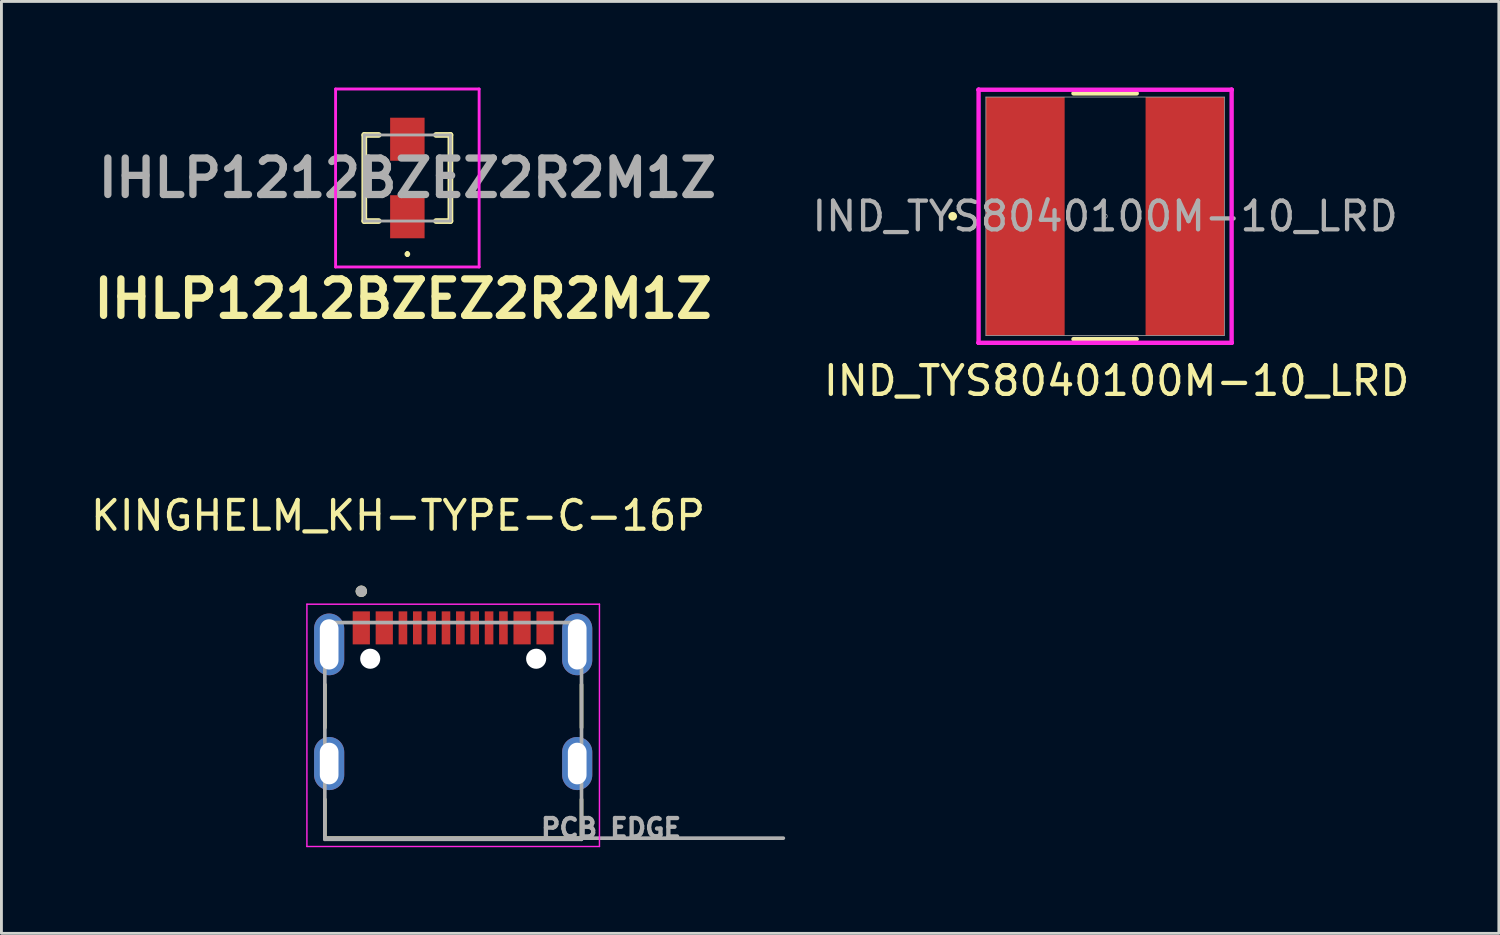
<source format=kicad_pcb>
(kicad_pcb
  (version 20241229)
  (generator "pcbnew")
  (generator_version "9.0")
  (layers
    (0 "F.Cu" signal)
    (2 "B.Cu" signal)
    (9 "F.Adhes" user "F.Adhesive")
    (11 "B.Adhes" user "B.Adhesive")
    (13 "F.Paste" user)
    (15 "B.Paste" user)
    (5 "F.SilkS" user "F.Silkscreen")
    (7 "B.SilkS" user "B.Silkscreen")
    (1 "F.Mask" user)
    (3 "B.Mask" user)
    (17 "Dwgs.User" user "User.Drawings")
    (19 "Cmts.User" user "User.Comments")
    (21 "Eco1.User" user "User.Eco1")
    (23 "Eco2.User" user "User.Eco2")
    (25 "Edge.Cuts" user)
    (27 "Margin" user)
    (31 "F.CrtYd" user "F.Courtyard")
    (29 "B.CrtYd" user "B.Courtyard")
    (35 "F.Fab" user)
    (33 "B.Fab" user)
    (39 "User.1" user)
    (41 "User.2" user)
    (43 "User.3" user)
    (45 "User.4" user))
  (footprint "IND_TYS8040100M-10_LRD"
    (layer "F.Cu")
    (at 35.443 4.483)
    (property "Reference" "IND_TYS8040100M-10_LRD" (at 0.4 5.73 0) (unlocked yes) (layer "F.SilkS") (effects (font (size 1 1) (thickness 0.15))))
    (attr smd)
    (fp_line (start -1.102 4.28) (end 1.102 4.28) (stroke (width 0.152) (type solid)) (layer "F.SilkS"))
    (fp_line (start 1.102 -4.28) (end -1.102 -4.28) (stroke (width 0.152) (type solid)) (layer "F.SilkS"))
    (fp_circle (center -5.309 0) (end -5.232 0) (stroke (width 0.152) (type solid)) (fill no) (layer "F.SilkS"))
    (fp_line (start -4.407 -4.407) (end -4.407 -4.407) (stroke (width 0.152) (type solid)) (layer "F.CrtYd"))
    (fp_line (start -4.407 -4.407) (end -4.407 -4.407) (stroke (width 0.152) (type solid)) (layer "F.CrtYd"))
    (fp_line (start -4.407 -4.407) (end 4.407 -4.407) (stroke (width 0.152) (type solid)) (layer "F.CrtYd"))
    (fp_line (start -4.407 4.407) (end -4.407 -4.407) (stroke (width 0.152) (type solid)) (layer "F.CrtYd"))
    (fp_line (start -4.407 4.407) (end -4.407 4.407) (stroke (width 0.152) (type solid)) (layer "F.CrtYd"))
    (fp_line (start -4.407 4.407) (end -4.407 4.407) (stroke (width 0.152) (type solid)) (layer "F.CrtYd"))
    (fp_line (start 4.407 -4.407) (end 4.407 -4.407) (stroke (width 0.152) (type solid)) (layer "F.CrtYd"))
    (fp_line (start 4.407 -4.407) (end 4.407 -4.407) (stroke (width 0.152) (type solid)) (layer "F.CrtYd"))
    (fp_line (start 4.407 -4.407) (end 4.407 4.407) (stroke (width 0.152) (type solid)) (layer "F.CrtYd"))
    (fp_line (start 4.407 4.407) (end -4.407 4.407) (stroke (width 0.152) (type solid)) (layer "F.CrtYd"))
    (fp_line (start 4.407 4.407) (end 4.407 4.407) (stroke (width 0.152) (type solid)) (layer "F.CrtYd"))
    (fp_line (start 4.407 4.407) (end 4.407 4.407) (stroke (width 0.152) (type solid)) (layer "F.CrtYd"))
    (fp_line (start -4.153 -4.153) (end -4.153 4.153) (stroke (width 0.025) (type solid)) (layer "F.Fab"))
    (fp_line (start -4.153 4.153) (end 4.153 4.153) (stroke (width 0.025) (type solid)) (layer "F.Fab"))
    (fp_line (start 4.153 -4.153) (end -4.153 -4.153) (stroke (width 0.025) (type solid)) (layer "F.Fab"))
    (fp_line (start 4.153 4.153) (end 4.153 -4.153) (stroke (width 0.025) (type solid)) (layer "F.Fab"))
    (fp_circle (center 0 0) (end 0.076 0) (stroke (width 0.025) (type solid)) (fill no) (layer "F.Fab"))
    (fp_text user "${REFERENCE}" (at 0 0 0) (unlocked yes) (layer "F.Fab") (effects (font (size 1 1) (thickness 0.15))))
    (pad "1" smd rect (at -2.781 0) (size 2.743 8.306) (layers "F.Cu" "F.Mask" "F.Paste"))
    (pad "2" smd rect (at 2.781 0) (size 2.743 8.306) (layers "F.Cu" "F.Mask" "F.Paste")))
  (footprint "IHLP1212BZEZ2R2M1Z"
    (layer "F.Cu")
    (at 11.139 3.15)
    (property "Reference" "IHLP1212BZEZ2R2M1Z" (at -0.15 4.21 0) (layer "F.SilkS") (effects (font (size 1.27 1.27) (thickness 0.254))))
    (attr smd)
    (fp_line (start -1.5 -1.5) (end -1.5 1.5) (stroke (width 0.2) (type solid)) (layer "F.SilkS"))
    (fp_line (start -1.5 1.5) (end -1 1.5) (stroke (width 0.2) (type solid)) (layer "F.SilkS"))
    (fp_line (start -1 -1.5) (end -1.5 -1.5) (stroke (width 0.2) (type solid)) (layer "F.SilkS"))
    (fp_line (start 0 2.6) (end 0 2.6) (stroke (width 0.1) (type solid)) (layer "F.SilkS"))
    (fp_line (start 0 2.7) (end 0 2.7) (stroke (width 0.1) (type solid)) (layer "F.SilkS"))
    (fp_line (start 1 -1.5) (end 1.5 -1.5) (stroke (width 0.2) (type solid)) (layer "F.SilkS"))
    (fp_line (start 1.5 -1.5) (end 1.5 1.5) (stroke (width 0.2) (type solid)) (layer "F.SilkS"))
    (fp_line (start 1.5 1.5) (end 1 1.5) (stroke (width 0.2) (type solid)) (layer "F.SilkS"))
    (fp_arc (start 0 2.6) (mid 0.05 2.65) (end 0 2.7) (stroke (width 0.1) (type solid)) (layer "F.SilkS"))
    (fp_arc (start 0 2.7) (mid -0.05 2.65) (end 0 2.6) (stroke (width 0.1) (type solid)) (layer "F.SilkS"))
    (fp_line (start -2.5 -3.1) (end 2.5 -3.1) (stroke (width 0.1) (type solid)) (layer "F.CrtYd"))
    (fp_line (start -2.5 3.1) (end -2.5 -3.1) (stroke (width 0.1) (type solid)) (layer "F.CrtYd"))
    (fp_line (start 2.5 -3.1) (end 2.5 3.1) (stroke (width 0.1) (type solid)) (layer "F.CrtYd"))
    (fp_line (start 2.5 3.1) (end -2.5 3.1) (stroke (width 0.1) (type solid)) (layer "F.CrtYd"))
    (fp_line (start -1.5 -1.5) (end 1.5 -1.5) (stroke (width 0.1) (type solid)) (layer "F.Fab"))
    (fp_line (start -1.5 1.5) (end -1.5 -1.5) (stroke (width 0.1) (type solid)) (layer "F.Fab"))
    (fp_line (start 1.5 -1.5) (end 1.5 1.5) (stroke (width 0.1) (type solid)) (layer "F.Fab"))
    (fp_line (start 1.5 1.5) (end -1.5 1.5) (stroke (width 0.1) (type solid)) (layer "F.Fab"))
    (fp_text user "${REFERENCE}" (at 0 0 0) (layer "F.Fab") (effects (font (size 1.27 1.27) (thickness 0.254))))
    (pad "1" smd rect (at 0 1.35) (size 1.2 1.5) (layers "F.Cu" "F.Mask" "F.Paste"))
    (pad "2" smd rect (at 0 -1.35) (size 1.2 1.5) (layers "F.Cu" "F.Mask" "F.Paste")))
  (footprint "KINGHELM_KH-TYPE-C-16P"
    (layer "F.Cu")
    (at 12.735 23.545)
    (property "Reference" "KINGHELM_KH-TYPE-C-16P" (at -1.92 -8.635 0) (layer "F.SilkS") (effects (font (size 1 1) (thickness 0.15))))
    (attr smd)
    (fp_line (start -4.47 -2.75) (end -4.47 -1.25) (stroke (width 0.127) (type solid)) (layer "F.SilkS"))
    (fp_line (start -4.47 2.6) (end -4.47 1.25) (stroke (width 0.127) (type solid)) (layer "F.SilkS"))
    (fp_line (start -4.47 2.6) (end 4.47 2.6) (stroke (width 0.127) (type solid)) (layer "F.SilkS"))
    (fp_line (start 4.47 -2.75) (end 4.47 -1.25) (stroke (width 0.127) (type solid)) (layer "F.SilkS"))
    (fp_line (start 4.47 2.6) (end 4.47 1.25) (stroke (width 0.127) (type solid)) (layer "F.SilkS"))
    (fp_circle (center -3.2 -6) (end -3.1 -6) (stroke (width 0.2) (type solid)) (fill no) (layer "F.SilkS"))
    (fp_line (start -5.095 -5.55) (end -5.095 2.89) (stroke (width 0.05) (type solid)) (layer "F.CrtYd"))
    (fp_line (start -5.095 2.89) (end 5.095 2.89) (stroke (width 0.05) (type solid)) (layer "F.CrtYd"))
    (fp_line (start 5.095 -5.55) (end -5.095 -5.55) (stroke (width 0.05) (type solid)) (layer "F.CrtYd"))
    (fp_line (start 5.095 2.89) (end 5.095 -5.55) (stroke (width 0.05) (type solid)) (layer "F.CrtYd"))
    (fp_line (start -4.47 -4.91) (end 4.47 -4.91) (stroke (width 0.127) (type solid)) (layer "F.Fab"))
    (fp_line (start -4.47 2.6) (end -4.47 -4.91) (stroke (width 0.127) (type solid)) (layer "F.Fab"))
    (fp_line (start -4.47 2.64) (end -4.47 2.6) (stroke (width 0.127) (type solid)) (layer "F.Fab"))
    (fp_line (start 4.47 -4.91) (end 4.47 2.6) (stroke (width 0.127) (type solid)) (layer "F.Fab"))
    (fp_line (start 4.47 2.6) (end -4.47 2.6) (stroke (width 0.127) (type solid)) (layer "F.Fab"))
    (fp_line (start 4.47 2.6) (end 4.47 2.64) (stroke (width 0.127) (type solid)) (layer "F.Fab"))
    (fp_line (start 4.47 2.6) (end 11.5 2.6) (stroke (width 0.127) (type solid)) (layer "F.Fab"))
    (fp_line (start 4.47 2.64) (end -4.47 2.64) (stroke (width 0.127) (type solid)) (layer "F.Fab"))
    (fp_circle (center -3.2 -6) (end -3.1 -6) (stroke (width 0.2) (type solid)) (fill no) (layer "F.Fab"))
    (fp_text user "PCB EDGE" (at 5.5 2.25 0) (layer "F.Fab") (effects (font (size 0.64 0.64) (thickness 0.15))))
    (pad "" np_thru_hole circle (at -2.89 -3.65) (size 0.7 0.7) (drill 0.7) (layers "*.Cu" "*.Mask"))
    (pad "" np_thru_hole circle (at 2.89 -3.65) (size 0.7 0.7) (drill 0.7) (layers "*.Cu" "*.Mask"))
    (pad "A1_B12" smd rect (at -3.2 -4.725) (size 0.6 1.15) (layers "F.Cu" "F.Mask" "F.Paste"))
    (pad "A4_B9" smd rect (at -2.4 -4.725) (size 0.6 1.15) (layers "F.Cu" "F.Mask" "F.Paste"))
    (pad "A5" smd rect (at -1.25 -4.725) (size 0.3 1.15) (layers "F.Cu" "F.Mask" "F.Paste"))
    (pad "A6" smd rect (at -0.25 -4.725) (size 0.3 1.15) (layers "F.Cu" "F.Mask" "F.Paste"))
    (pad "A7" smd rect (at 0.25 -4.725) (size 0.3 1.15) (layers "F.Cu" "F.Mask" "F.Paste"))
    (pad "A8" smd rect (at 1.25 -4.725) (size 0.3 1.15) (layers "F.Cu" "F.Mask" "F.Paste"))
    (pad "A9_B4" smd rect (at 2.4 -4.725) (size 0.6 1.15) (layers "F.Cu" "F.Mask" "F.Paste"))
    (pad "A12_B1" smd rect (at 3.2 -4.725) (size 0.6 1.15) (layers "F.Cu" "F.Mask" "F.Paste"))
    (pad "B5" smd rect (at 1.75 -4.725) (size 0.3 1.15) (layers "F.Cu" "F.Mask" "F.Paste"))
    (pad "B6" smd rect (at 0.75 -4.725) (size 0.3 1.15) (layers "F.Cu" "F.Mask" "F.Paste"))
    (pad "B7" smd rect (at -0.75 -4.725) (size 0.3 1.15) (layers "F.Cu" "F.Mask" "F.Paste"))
    (pad "B8" smd rect (at -1.75 -4.725) (size 0.3 1.15) (layers "F.Cu" "F.Mask" "F.Paste"))
    (pad "SH1" thru_hole oval (at -4.32 0) (size 1.05 1.85) (drill oval 0.65 1.45) (layers "*.Cu" "*.Mask"))
    (pad "SH2" thru_hole oval (at 4.32 0) (size 1.05 1.85) (drill oval 0.65 1.45) (layers "*.Cu" "*.Mask"))
    (pad "SH3" thru_hole oval (at -4.32 -4.15) (size 1.05 2.15) (drill oval 0.65 1.75) (layers "*.Cu" "*.Mask"))
    (pad "SH4" thru_hole oval (at 4.32 -4.15) (size 1.05 2.15) (drill oval 0.65 1.75) (layers "*.Cu" "*.Mask")))
  (gr_rect
    (start -3 -3)
    (end 49.158 29.46)
    (stroke (width 0.1) (type default))
    (fill no)
    (layer "Edge.Cuts")))
</source>
